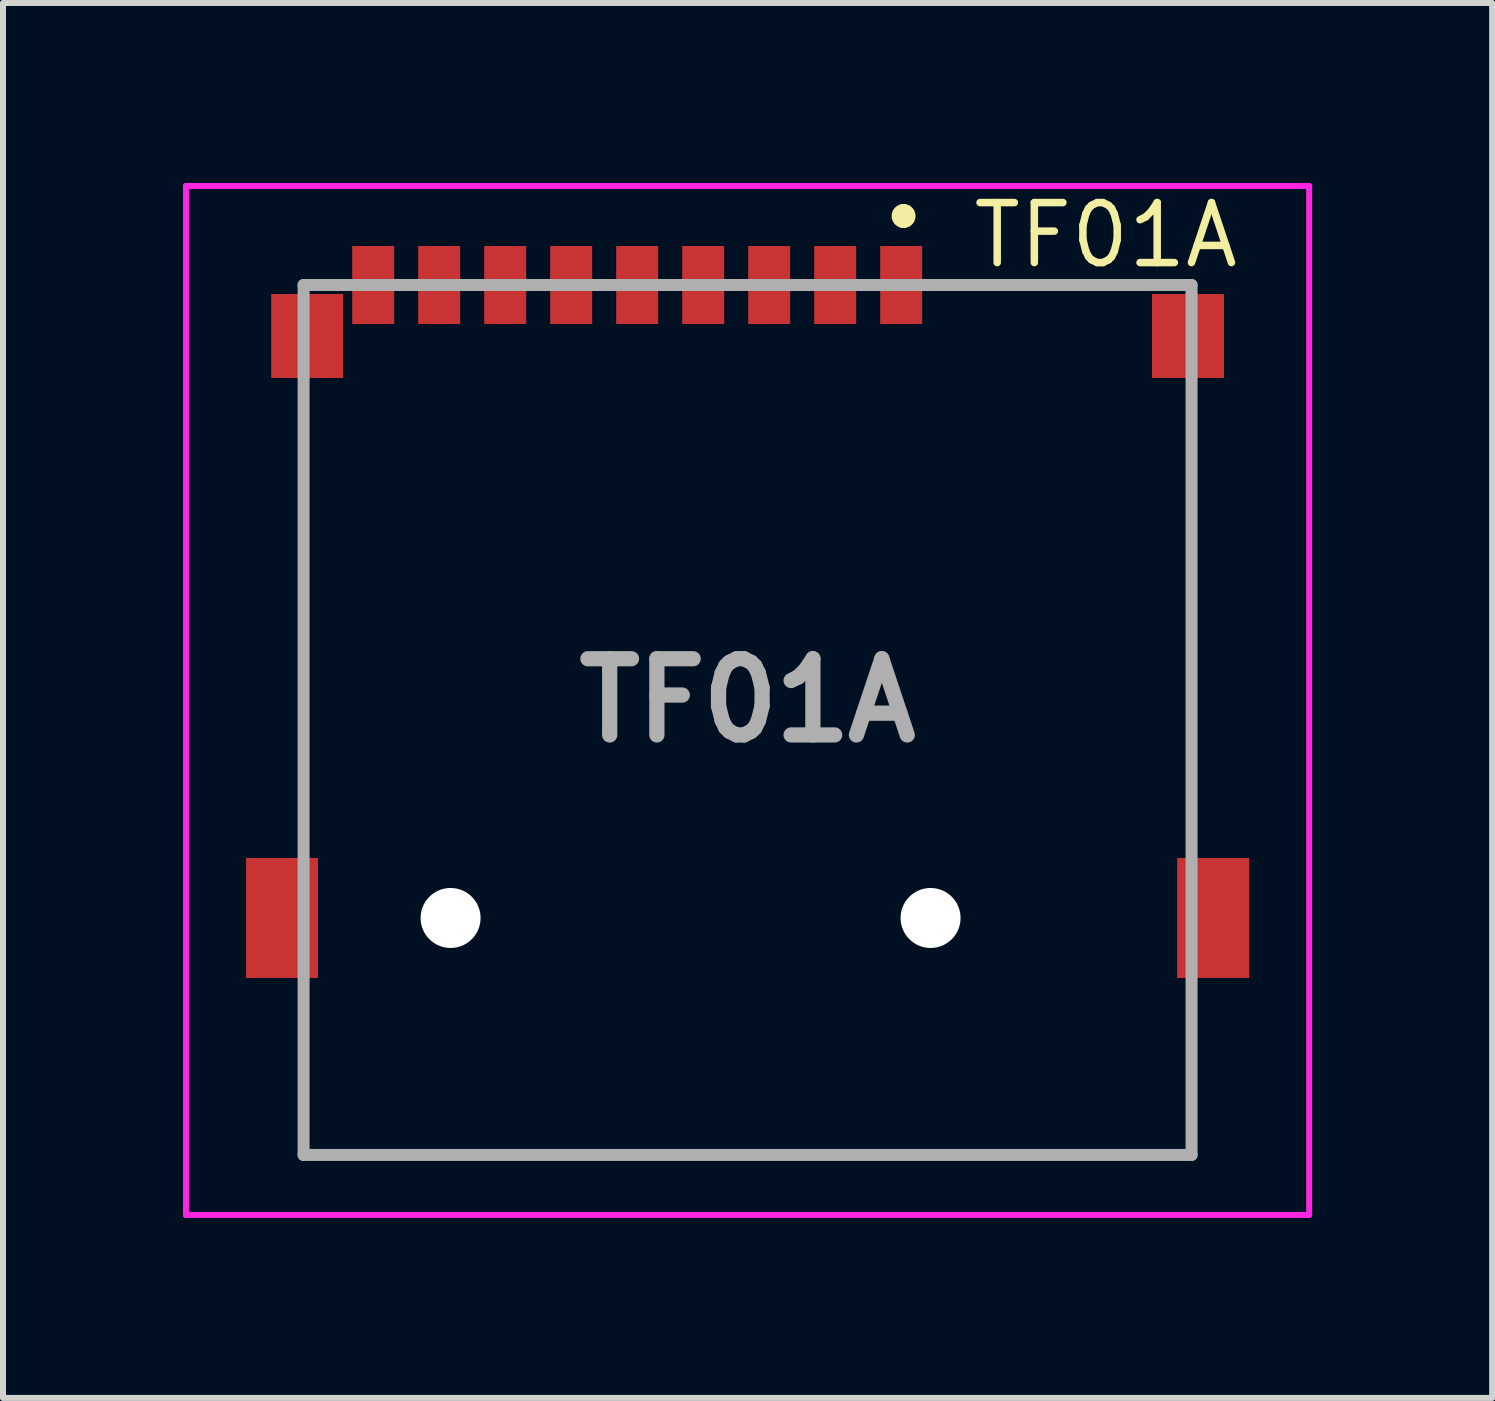
<source format=kicad_pcb>
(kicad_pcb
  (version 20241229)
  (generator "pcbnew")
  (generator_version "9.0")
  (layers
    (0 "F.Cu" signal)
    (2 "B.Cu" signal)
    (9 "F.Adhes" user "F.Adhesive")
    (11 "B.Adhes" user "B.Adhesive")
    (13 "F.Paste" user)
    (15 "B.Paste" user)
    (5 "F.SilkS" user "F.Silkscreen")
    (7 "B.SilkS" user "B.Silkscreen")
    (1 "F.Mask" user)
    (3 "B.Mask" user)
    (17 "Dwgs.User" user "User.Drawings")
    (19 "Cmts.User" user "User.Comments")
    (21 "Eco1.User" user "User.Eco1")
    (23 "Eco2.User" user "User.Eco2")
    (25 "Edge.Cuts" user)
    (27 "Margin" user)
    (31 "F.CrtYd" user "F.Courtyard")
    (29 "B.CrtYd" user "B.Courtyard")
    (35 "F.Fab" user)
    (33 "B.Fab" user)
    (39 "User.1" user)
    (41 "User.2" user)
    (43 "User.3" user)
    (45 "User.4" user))
  (footprint "TF01A"
    (layer "F.Cu")
    (at 9.41 8.95)
    (property "Reference" "TF01A" (at 5.97 -8.08 0) (layer "F.SilkS") (effects (font (size 1 1) (thickness 0.125))))
    (attr through_hole)
    (fp_line (start -7.4 -5) (end -7.4 1.5) (stroke (width 0.1) (type solid)) (layer "F.SilkS"))
    (fp_line (start -7.4 5) (end -7.4 7.25) (stroke (width 0.1) (type solid)) (layer "F.SilkS"))
    (fp_line (start -7.4 7.25) (end 7.4 7.25) (stroke (width 0.1) (type solid)) (layer "F.SilkS"))
    (fp_line (start 2.6 -8.5) (end 2.6 -8.5) (stroke (width 0.2) (type solid)) (layer "F.SilkS"))
    (fp_line (start 2.6 -8.3) (end 2.6 -8.3) (stroke (width 0.2) (type solid)) (layer "F.SilkS"))
    (fp_line (start 3.5 -7.25) (end 6.5 -7.25) (stroke (width 0.1) (type solid)) (layer "F.SilkS"))
    (fp_line (start 7.4 1.5) (end 7.4 -5) (stroke (width 0.1) (type solid)) (layer "F.SilkS"))
    (fp_line (start 7.4 7.25) (end 7.4 5.5) (stroke (width 0.1) (type solid)) (layer "F.SilkS"))
    (fp_arc (start 2.6 -8.5) (mid 2.7 -8.4) (end 2.6 -8.3) (stroke (width 0.2) (type solid)) (layer "F.SilkS"))
    (fp_arc (start 2.6 -8.3) (mid 2.5 -8.4) (end 2.6 -8.5) (stroke (width 0.2) (type solid)) (layer "F.SilkS"))
    (fp_line (start -9.36 -8.9) (end 9.36 -8.9) (stroke (width 0.1) (type solid)) (layer "F.CrtYd"))
    (fp_line (start -9.36 8.25) (end -9.36 -8.9) (stroke (width 0.1) (type solid)) (layer "F.CrtYd"))
    (fp_line (start 9.36 -8.9) (end 9.36 8.25) (stroke (width 0.1) (type solid)) (layer "F.CrtYd"))
    (fp_line (start 9.36 8.25) (end -9.36 8.25) (stroke (width 0.1) (type solid)) (layer "F.CrtYd"))
    (fp_line (start -7.4 -7.25) (end 7.4 -7.25) (stroke (width 0.2) (type solid)) (layer "F.Fab"))
    (fp_line (start -7.4 7.25) (end -7.4 -7.25) (stroke (width 0.2) (type solid)) (layer "F.Fab"))
    (fp_line (start 7.4 -7.25) (end 7.4 7.25) (stroke (width 0.2) (type solid)) (layer "F.Fab"))
    (fp_line (start 7.4 7.25) (end -7.4 7.25) (stroke (width 0.2) (type solid)) (layer "F.Fab"))
    (fp_text user "${REFERENCE}" (at 0 -0.325 0) (layer "F.Fab") (effects (font (size 1.27 1.27) (thickness 0.254))))
    (pad "" np_thru_hole circle (at -4.95 3.3) (size 1 1) (drill 1) (layers "*.Cu" "*.Mask"))
    (pad "" np_thru_hole circle (at 3.05 3.3) (size 1 1) (drill 1) (layers "*.Cu" "*.Mask"))
    (pad "1" smd rect (at 2.56 -7.25) (size 0.7 1.3) (layers "F.Cu" "F.Mask" "F.Paste"))
    (pad "2" smd rect (at 1.46 -7.25) (size 0.7 1.3) (layers "F.Cu" "F.Mask" "F.Paste"))
    (pad "3" smd rect (at 0.36 -7.25) (size 0.7 1.3) (layers "F.Cu" "F.Mask" "F.Paste"))
    (pad "4" smd rect (at -0.74 -7.25) (size 0.7 1.3) (layers "F.Cu" "F.Mask" "F.Paste"))
    (pad "5" smd rect (at -1.84 -7.25) (size 0.7 1.3) (layers "F.Cu" "F.Mask" "F.Paste"))
    (pad "6" smd rect (at -2.94 -7.25) (size 0.7 1.3) (layers "F.Cu" "F.Mask" "F.Paste"))
    (pad "7" smd rect (at -4.04 -7.25) (size 0.7 1.3) (layers "F.Cu" "F.Mask" "F.Paste"))
    (pad "8" smd rect (at -5.14 -7.25) (size 0.7 1.3) (layers "F.Cu" "F.Mask" "F.Paste"))
    (pad "9" smd rect (at -6.24 -7.25) (size 0.7 1.3) (layers "F.Cu" "F.Mask" "F.Paste"))
    (pad "10" smd rect (at -7.76 3.3) (size 1.2 2) (layers "F.Cu" "F.Mask" "F.Paste"))
    (pad "10" smd rect (at -7.34 -6.4) (size 1.2 1.4) (layers "F.Cu" "F.Mask" "F.Paste"))
    (pad "10" smd rect (at 7.34 -6.4) (size 1.2 1.4) (layers "F.Cu" "F.Mask" "F.Paste"))
    (pad "10" smd rect (at 7.76 3.3) (size 1.2 2) (layers "F.Cu" "F.Mask" "F.Paste")))
  (gr_rect
    (start -3 -3)
    (end 21.82 20.25)
    (stroke (width 0.1) (type default))
    (fill no)
    (layer "Edge.Cuts")))
</source>
